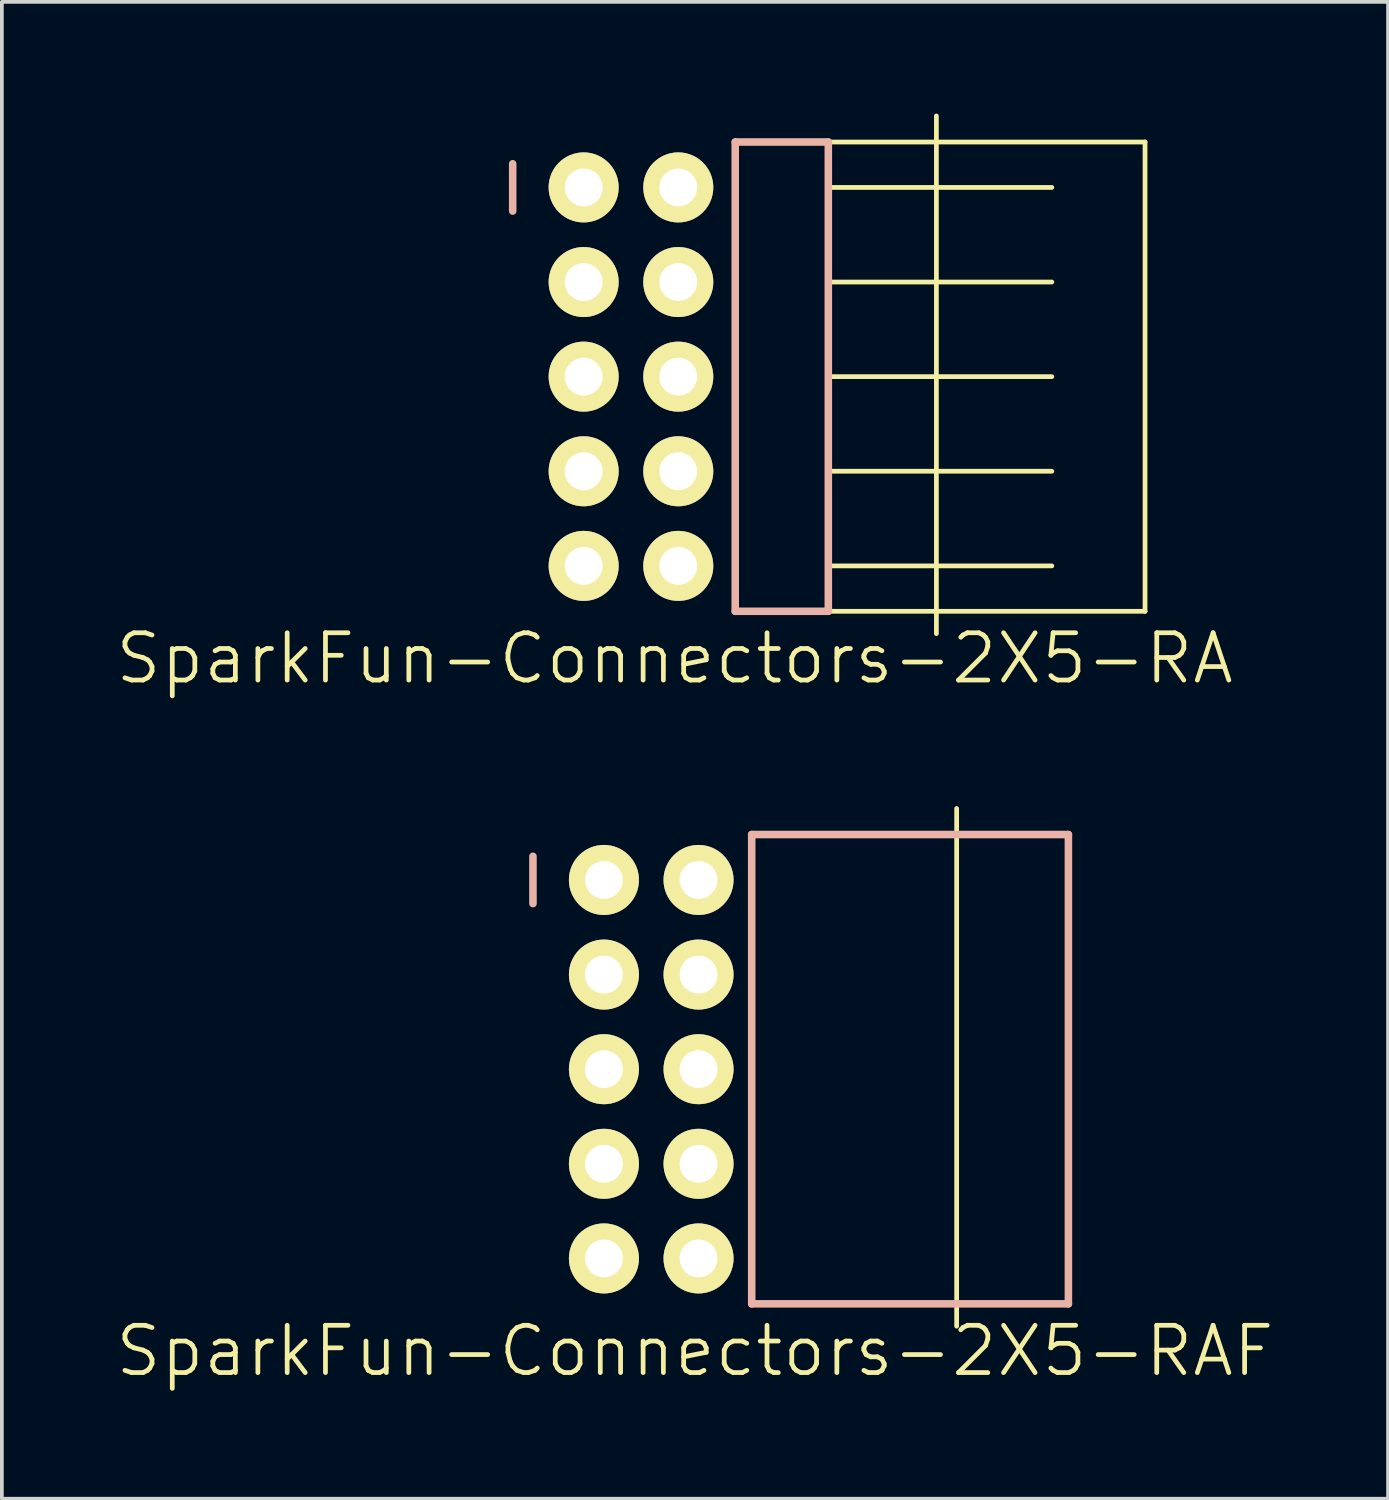
<source format=kicad_pcb>
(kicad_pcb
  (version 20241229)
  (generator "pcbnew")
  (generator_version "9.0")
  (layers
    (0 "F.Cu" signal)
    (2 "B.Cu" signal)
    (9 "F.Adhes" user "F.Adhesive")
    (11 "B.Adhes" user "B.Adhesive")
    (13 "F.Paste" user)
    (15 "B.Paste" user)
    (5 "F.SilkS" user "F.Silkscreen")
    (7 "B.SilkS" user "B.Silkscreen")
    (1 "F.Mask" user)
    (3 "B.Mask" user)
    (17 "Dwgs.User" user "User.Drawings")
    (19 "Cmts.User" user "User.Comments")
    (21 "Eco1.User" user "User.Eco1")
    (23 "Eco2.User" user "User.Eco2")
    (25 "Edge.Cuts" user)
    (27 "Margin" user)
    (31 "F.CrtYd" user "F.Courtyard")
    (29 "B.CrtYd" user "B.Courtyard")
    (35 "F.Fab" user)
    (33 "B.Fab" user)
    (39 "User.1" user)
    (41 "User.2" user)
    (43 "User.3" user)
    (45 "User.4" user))
  (footprint "SparkFun-Connectors-2X5-RAF"
    (layer "F.Cu")
    (at 14.432 25.652)
    (property "Reference" "SparkFun-Connectors-2X5-RAF" (at 1.173 7.564 0) (layer "F.SilkS") (effects (font (size 1.27 1.27) (thickness 0.127))))
    (attr exclude_from_pos_files exclude_from_bom)
    (fp_line (start -1.524 -5.334) (end -1.016 -5.334) (stroke (width 0.066) (type solid)) (layer "F.SilkS"))
    (fp_line (start -1.524 -4.826) (end -1.524 -5.334) (stroke (width 0.066) (type solid)) (layer "F.SilkS"))
    (fp_line (start -1.524 -4.826) (end -1.016 -4.826) (stroke (width 0.066) (type solid)) (layer "F.SilkS"))
    (fp_line (start -1.524 -2.794) (end -1.016 -2.794) (stroke (width 0.066) (type solid)) (layer "F.SilkS"))
    (fp_line (start -1.524 -2.286) (end -1.524 -2.794) (stroke (width 0.066) (type solid)) (layer "F.SilkS"))
    (fp_line (start -1.524 -2.286) (end -1.016 -2.286) (stroke (width 0.066) (type solid)) (layer "F.SilkS"))
    (fp_line (start -1.524 -0.254) (end -1.016 -0.254) (stroke (width 0.066) (type solid)) (layer "F.SilkS"))
    (fp_line (start -1.524 0.254) (end -1.524 -0.254) (stroke (width 0.066) (type solid)) (layer "F.SilkS"))
    (fp_line (start -1.524 0.254) (end -1.016 0.254) (stroke (width 0.066) (type solid)) (layer "F.SilkS"))
    (fp_line (start -1.524 2.286) (end -1.016 2.286) (stroke (width 0.066) (type solid)) (layer "F.SilkS"))
    (fp_line (start -1.524 2.286) (end -1.016 2.286) (stroke (width 0.066) (type solid)) (layer "F.SilkS"))
    (fp_line (start -1.524 2.794) (end -1.524 2.286) (stroke (width 0.066) (type solid)) (layer "F.SilkS"))
    (fp_line (start -1.524 2.794) (end -1.524 2.286) (stroke (width 0.066) (type solid)) (layer "F.SilkS"))
    (fp_line (start -1.524 2.794) (end -1.016 2.794) (stroke (width 0.066) (type solid)) (layer "F.SilkS"))
    (fp_line (start -1.524 2.794) (end -1.016 2.794) (stroke (width 0.066) (type solid)) (layer "F.SilkS"))
    (fp_line (start -1.524 4.826) (end -1.016 4.826) (stroke (width 0.066) (type solid)) (layer "F.SilkS"))
    (fp_line (start -1.524 5.334) (end -1.524 4.826) (stroke (width 0.066) (type solid)) (layer "F.SilkS"))
    (fp_line (start -1.524 5.334) (end -1.016 5.334) (stroke (width 0.066) (type solid)) (layer "F.SilkS"))
    (fp_line (start -1.016 -4.826) (end -1.016 -5.334) (stroke (width 0.066) (type solid)) (layer "F.SilkS"))
    (fp_line (start -1.016 -2.286) (end -1.016 -2.794) (stroke (width 0.066) (type solid)) (layer "F.SilkS"))
    (fp_line (start -1.016 0.254) (end -1.016 -0.254) (stroke (width 0.066) (type solid)) (layer "F.SilkS"))
    (fp_line (start -1.016 2.794) (end -1.016 2.286) (stroke (width 0.066) (type solid)) (layer "F.SilkS"))
    (fp_line (start -1.016 2.794) (end -1.016 2.286) (stroke (width 0.066) (type solid)) (layer "F.SilkS"))
    (fp_line (start -1.016 5.334) (end -1.016 4.826) (stroke (width 0.066) (type solid)) (layer "F.SilkS"))
    (fp_line (start 1.016 -5.334) (end 1.524 -5.334) (stroke (width 0.066) (type solid)) (layer "F.SilkS"))
    (fp_line (start 1.016 -4.826) (end 1.016 -5.334) (stroke (width 0.066) (type solid)) (layer "F.SilkS"))
    (fp_line (start 1.016 -4.826) (end 1.524 -4.826) (stroke (width 0.066) (type solid)) (layer "F.SilkS"))
    (fp_line (start 1.016 -2.794) (end 1.524 -2.794) (stroke (width 0.066) (type solid)) (layer "F.SilkS"))
    (fp_line (start 1.016 -2.286) (end 1.016 -2.794) (stroke (width 0.066) (type solid)) (layer "F.SilkS"))
    (fp_line (start 1.016 -2.286) (end 1.524 -2.286) (stroke (width 0.066) (type solid)) (layer "F.SilkS"))
    (fp_line (start 1.016 -0.254) (end 1.524 -0.254) (stroke (width 0.066) (type solid)) (layer "F.SilkS"))
    (fp_line (start 1.016 0.254) (end 1.016 -0.254) (stroke (width 0.066) (type solid)) (layer "F.SilkS"))
    (fp_line (start 1.016 0.254) (end 1.524 0.254) (stroke (width 0.066) (type solid)) (layer "F.SilkS"))
    (fp_line (start 1.016 2.286) (end 1.524 2.286) (stroke (width 0.066) (type solid)) (layer "F.SilkS"))
    (fp_line (start 1.016 2.286) (end 1.524 2.286) (stroke (width 0.066) (type solid)) (layer "F.SilkS"))
    (fp_line (start 1.016 2.794) (end 1.016 2.286) (stroke (width 0.066) (type solid)) (layer "F.SilkS"))
    (fp_line (start 1.016 2.794) (end 1.016 2.286) (stroke (width 0.066) (type solid)) (layer "F.SilkS"))
    (fp_line (start 1.016 2.794) (end 1.524 2.794) (stroke (width 0.066) (type solid)) (layer "F.SilkS"))
    (fp_line (start 1.016 2.794) (end 1.524 2.794) (stroke (width 0.066) (type solid)) (layer "F.SilkS"))
    (fp_line (start 1.016 4.826) (end 1.524 4.826) (stroke (width 0.066) (type solid)) (layer "F.SilkS"))
    (fp_line (start 1.016 5.334) (end 1.016 4.826) (stroke (width 0.066) (type solid)) (layer "F.SilkS"))
    (fp_line (start 1.016 5.334) (end 1.524 5.334) (stroke (width 0.066) (type solid)) (layer "F.SilkS"))
    (fp_line (start 1.524 -4.826) (end 1.524 -5.334) (stroke (width 0.066) (type solid)) (layer "F.SilkS"))
    (fp_line (start 1.524 -2.286) (end 1.524 -2.794) (stroke (width 0.066) (type solid)) (layer "F.SilkS"))
    (fp_line (start 1.524 0.254) (end 1.524 -0.254) (stroke (width 0.066) (type solid)) (layer "F.SilkS"))
    (fp_line (start 1.524 2.794) (end 1.524 2.286) (stroke (width 0.066) (type solid)) (layer "F.SilkS"))
    (fp_line (start 1.524 2.794) (end 1.524 2.286) (stroke (width 0.066) (type solid)) (layer "F.SilkS"))
    (fp_line (start 1.524 5.334) (end 1.524 4.826) (stroke (width 0.066) (type solid)) (layer "F.SilkS"))
    (fp_line (start 8.199 -6.998) (end 8.199 6.899) (stroke (width 0.127) (type solid)) (layer "F.SilkS"))
    (fp_line (start -3.175 -5.715) (end -3.175 -4.445) (stroke (width 0.203) (type solid)) (layer "B.SilkS"))
    (fp_line (start 2.697 -6.299) (end 11.199 -6.299) (stroke (width 0.203) (type solid)) (layer "B.SilkS"))
    (fp_line (start 2.697 6.299) (end 2.697 -6.299) (stroke (width 0.203) (type solid)) (layer "B.SilkS"))
    (fp_line (start 11.199 -6.299) (end 11.199 6.299) (stroke (width 0.203) (type solid)) (layer "B.SilkS"))
    (fp_line (start 11.199 6.299) (end 2.697 6.299) (stroke (width 0.203) (type solid)) (layer "B.SilkS"))
    (pad "1" thru_hole circle (at -1.27 -5.08) (size 1.88 1.88) (drill 1.016) (layers "*.Cu" "F.Mask" "F.SilkS" "F.Paste"))
    (pad "2" thru_hole circle (at 1.27 -5.08) (size 1.88 1.88) (drill 1.016) (layers "*.Cu" "F.Mask" "F.SilkS" "F.Paste"))
    (pad "3" thru_hole circle (at -1.27 -2.54) (size 1.88 1.88) (drill 1.016) (layers "*.Cu" "F.Mask" "F.SilkS" "F.Paste"))
    (pad "4" thru_hole circle (at 1.27 -2.54) (size 1.88 1.88) (drill 1.016) (layers "*.Cu" "F.Mask" "F.SilkS" "F.Paste"))
    (pad "5" thru_hole circle (at -1.27 0) (size 1.88 1.88) (drill 1.016) (layers "*.Cu" "F.Mask" "F.SilkS" "F.Paste"))
    (pad "6" thru_hole circle (at 1.27 0) (size 1.88 1.88) (drill 1.016) (layers "*.Cu" "F.Mask" "F.SilkS" "F.Paste"))
    (pad "7" thru_hole circle (at -1.27 2.54) (size 1.88 1.88) (drill 1.016) (layers "*.Cu" "F.Mask" "F.SilkS" "F.Paste"))
    (pad "8" thru_hole circle (at 1.27 2.54) (size 1.88 1.88) (drill 1.016) (layers "*.Cu" "F.Mask" "F.SilkS" "F.Paste"))
    (pad "9" thru_hole circle (at -1.27 5.08) (size 1.88 1.88) (drill 1.016) (layers "*.Cu" "F.Mask" "F.SilkS" "F.Paste"))
    (pad "10" thru_hole circle (at 1.27 5.08) (size 1.88 1.88) (drill 1.016) (layers "*.Cu" "F.Mask" "F.SilkS" "F.Paste")))
  (footprint "SparkFun-Connectors-2X5-RA"
    (layer "F.Cu")
    (at 13.888 7.061)
    (property "Reference" "SparkFun-Connectors-2X5-RA" (at 1.173 7.564 0) (layer "F.SilkS") (effects (font (size 1.27 1.27) (thickness 0.127))))
    (attr exclude_from_pos_files exclude_from_bom)
    (fp_line (start -1.524 -5.334) (end -1.016 -5.334) (stroke (width 0.066) (type solid)) (layer "F.SilkS"))
    (fp_line (start -1.524 -4.826) (end -1.524 -5.334) (stroke (width 0.066) (type solid)) (layer "F.SilkS"))
    (fp_line (start -1.524 -4.826) (end -1.016 -4.826) (stroke (width 0.066) (type solid)) (layer "F.SilkS"))
    (fp_line (start -1.524 -2.794) (end -1.016 -2.794) (stroke (width 0.066) (type solid)) (layer "F.SilkS"))
    (fp_line (start -1.524 -2.286) (end -1.524 -2.794) (stroke (width 0.066) (type solid)) (layer "F.SilkS"))
    (fp_line (start -1.524 -2.286) (end -1.016 -2.286) (stroke (width 0.066) (type solid)) (layer "F.SilkS"))
    (fp_line (start -1.524 -0.254) (end -1.016 -0.254) (stroke (width 0.066) (type solid)) (layer "F.SilkS"))
    (fp_line (start -1.524 0.254) (end -1.524 -0.254) (stroke (width 0.066) (type solid)) (layer "F.SilkS"))
    (fp_line (start -1.524 0.254) (end -1.016 0.254) (stroke (width 0.066) (type solid)) (layer "F.SilkS"))
    (fp_line (start -1.524 2.286) (end -1.016 2.286) (stroke (width 0.066) (type solid)) (layer "F.SilkS"))
    (fp_line (start -1.524 2.286) (end -1.016 2.286) (stroke (width 0.066) (type solid)) (layer "F.SilkS"))
    (fp_line (start -1.524 2.794) (end -1.524 2.286) (stroke (width 0.066) (type solid)) (layer "F.SilkS"))
    (fp_line (start -1.524 2.794) (end -1.524 2.286) (stroke (width 0.066) (type solid)) (layer "F.SilkS"))
    (fp_line (start -1.524 2.794) (end -1.016 2.794) (stroke (width 0.066) (type solid)) (layer "F.SilkS"))
    (fp_line (start -1.524 2.794) (end -1.016 2.794) (stroke (width 0.066) (type solid)) (layer "F.SilkS"))
    (fp_line (start -1.524 4.826) (end -1.016 4.826) (stroke (width 0.066) (type solid)) (layer "F.SilkS"))
    (fp_line (start -1.524 5.334) (end -1.524 4.826) (stroke (width 0.066) (type solid)) (layer "F.SilkS"))
    (fp_line (start -1.524 5.334) (end -1.016 5.334) (stroke (width 0.066) (type solid)) (layer "F.SilkS"))
    (fp_line (start -1.016 -4.826) (end -1.016 -5.334) (stroke (width 0.066) (type solid)) (layer "F.SilkS"))
    (fp_line (start -1.016 -2.286) (end -1.016 -2.794) (stroke (width 0.066) (type solid)) (layer "F.SilkS"))
    (fp_line (start -1.016 0.254) (end -1.016 -0.254) (stroke (width 0.066) (type solid)) (layer "F.SilkS"))
    (fp_line (start -1.016 2.794) (end -1.016 2.286) (stroke (width 0.066) (type solid)) (layer "F.SilkS"))
    (fp_line (start -1.016 2.794) (end -1.016 2.286) (stroke (width 0.066) (type solid)) (layer "F.SilkS"))
    (fp_line (start -1.016 5.334) (end -1.016 4.826) (stroke (width 0.066) (type solid)) (layer "F.SilkS"))
    (fp_line (start 1.016 -5.334) (end 1.524 -5.334) (stroke (width 0.066) (type solid)) (layer "F.SilkS"))
    (fp_line (start 1.016 -4.826) (end 1.016 -5.334) (stroke (width 0.066) (type solid)) (layer "F.SilkS"))
    (fp_line (start 1.016 -4.826) (end 1.524 -4.826) (stroke (width 0.066) (type solid)) (layer "F.SilkS"))
    (fp_line (start 1.016 -2.794) (end 1.524 -2.794) (stroke (width 0.066) (type solid)) (layer "F.SilkS"))
    (fp_line (start 1.016 -2.286) (end 1.016 -2.794) (stroke (width 0.066) (type solid)) (layer "F.SilkS"))
    (fp_line (start 1.016 -2.286) (end 1.524 -2.286) (stroke (width 0.066) (type solid)) (layer "F.SilkS"))
    (fp_line (start 1.016 -0.254) (end 1.524 -0.254) (stroke (width 0.066) (type solid)) (layer "F.SilkS"))
    (fp_line (start 1.016 0.254) (end 1.016 -0.254) (stroke (width 0.066) (type solid)) (layer "F.SilkS"))
    (fp_line (start 1.016 0.254) (end 1.524 0.254) (stroke (width 0.066) (type solid)) (layer "F.SilkS"))
    (fp_line (start 1.016 2.286) (end 1.524 2.286) (stroke (width 0.066) (type solid)) (layer "F.SilkS"))
    (fp_line (start 1.016 2.286) (end 1.524 2.286) (stroke (width 0.066) (type solid)) (layer "F.SilkS"))
    (fp_line (start 1.016 2.794) (end 1.016 2.286) (stroke (width 0.066) (type solid)) (layer "F.SilkS"))
    (fp_line (start 1.016 2.794) (end 1.016 2.286) (stroke (width 0.066) (type solid)) (layer "F.SilkS"))
    (fp_line (start 1.016 2.794) (end 1.524 2.794) (stroke (width 0.066) (type solid)) (layer "F.SilkS"))
    (fp_line (start 1.016 2.794) (end 1.524 2.794) (stroke (width 0.066) (type solid)) (layer "F.SilkS"))
    (fp_line (start 1.016 4.826) (end 1.524 4.826) (stroke (width 0.066) (type solid)) (layer "F.SilkS"))
    (fp_line (start 1.016 5.334) (end 1.016 4.826) (stroke (width 0.066) (type solid)) (layer "F.SilkS"))
    (fp_line (start 1.016 5.334) (end 1.524 5.334) (stroke (width 0.066) (type solid)) (layer "F.SilkS"))
    (fp_line (start 1.524 -4.826) (end 1.524 -5.334) (stroke (width 0.066) (type solid)) (layer "F.SilkS"))
    (fp_line (start 1.524 -2.286) (end 1.524 -2.794) (stroke (width 0.066) (type solid)) (layer "F.SilkS"))
    (fp_line (start 1.524 0.254) (end 1.524 -0.254) (stroke (width 0.066) (type solid)) (layer "F.SilkS"))
    (fp_line (start 1.524 2.794) (end 1.524 2.286) (stroke (width 0.066) (type solid)) (layer "F.SilkS"))
    (fp_line (start 1.524 2.794) (end 1.524 2.286) (stroke (width 0.066) (type solid)) (layer "F.SilkS"))
    (fp_line (start 1.524 5.334) (end 1.524 4.826) (stroke (width 0.066) (type solid)) (layer "F.SilkS"))
    (fp_line (start 5.298 -6.299) (end 13.8 -6.299) (stroke (width 0.127) (type solid)) (layer "F.SilkS"))
    (fp_line (start 5.298 -5.08) (end 11.298 -5.08) (stroke (width 0.127) (type solid)) (layer "F.SilkS"))
    (fp_line (start 5.298 -2.54) (end 11.298 -2.54) (stroke (width 0.127) (type solid)) (layer "F.SilkS"))
    (fp_line (start 5.298 0) (end 11.298 0) (stroke (width 0.127) (type solid)) (layer "F.SilkS"))
    (fp_line (start 5.298 2.54) (end 11.298 2.54) (stroke (width 0.127) (type solid)) (layer "F.SilkS"))
    (fp_line (start 5.298 5.08) (end 11.298 5.08) (stroke (width 0.127) (type solid)) (layer "F.SilkS"))
    (fp_line (start 5.298 6.299) (end 13.8 6.299) (stroke (width 0.127) (type solid)) (layer "F.SilkS"))
    (fp_line (start 8.199 -6.998) (end 8.199 6.899) (stroke (width 0.127) (type solid)) (layer "F.SilkS"))
    (fp_line (start 13.8 -6.299) (end 13.8 6.299) (stroke (width 0.127) (type solid)) (layer "F.SilkS"))
    (fp_line (start -3.175 -5.715) (end -3.175 -4.445) (stroke (width 0.203) (type solid)) (layer "B.SilkS"))
    (fp_line (start 2.799 -6.299) (end 5.298 -6.299) (stroke (width 0.203) (type solid)) (layer "B.SilkS"))
    (fp_line (start 2.799 6.299) (end 2.799 -6.299) (stroke (width 0.203) (type solid)) (layer "B.SilkS"))
    (fp_line (start 5.298 -6.299) (end 5.298 6.299) (stroke (width 0.203) (type solid)) (layer "B.SilkS"))
    (fp_line (start 5.298 6.299) (end 2.799 6.299) (stroke (width 0.203) (type solid)) (layer "B.SilkS"))
    (pad "1" thru_hole circle (at -1.27 -5.08) (size 1.88 1.88) (drill 1.016) (layers "*.Cu" "F.Mask" "F.SilkS" "F.Paste"))
    (pad "2" thru_hole circle (at 1.27 -5.08) (size 1.88 1.88) (drill 1.016) (layers "*.Cu" "F.Mask" "F.SilkS" "F.Paste"))
    (pad "3" thru_hole circle (at -1.27 -2.54) (size 1.88 1.88) (drill 1.016) (layers "*.Cu" "F.Mask" "F.SilkS" "F.Paste"))
    (pad "4" thru_hole circle (at 1.27 -2.54) (size 1.88 1.88) (drill 1.016) (layers "*.Cu" "F.Mask" "F.SilkS" "F.Paste"))
    (pad "5" thru_hole circle (at -1.27 0) (size 1.88 1.88) (drill 1.016) (layers "*.Cu" "F.Mask" "F.SilkS" "F.Paste"))
    (pad "6" thru_hole circle (at 1.27 0) (size 1.88 1.88) (drill 1.016) (layers "*.Cu" "F.Mask" "F.SilkS" "F.Paste"))
    (pad "7" thru_hole circle (at -1.27 2.54) (size 1.88 1.88) (drill 1.016) (layers "*.Cu" "F.Mask" "F.SilkS" "F.Paste"))
    (pad "8" thru_hole circle (at 1.27 2.54) (size 1.88 1.88) (drill 1.016) (layers "*.Cu" "F.Mask" "F.SilkS" "F.Paste"))
    (pad "9" thru_hole circle (at -1.27 5.08) (size 1.88 1.88) (drill 1.016) (layers "*.Cu" "F.Mask" "F.SilkS" "F.Paste"))
    (pad "10" thru_hole circle (at 1.27 5.08) (size 1.88 1.88) (drill 1.016) (layers "*.Cu" "F.Mask" "F.SilkS" "F.Paste")))
  (gr_rect
    (start -3 -3)
    (end 34.212 37.182)
    (stroke (width 0.1) (type default))
    (fill no)
    (layer "Edge.Cuts")))
</source>
